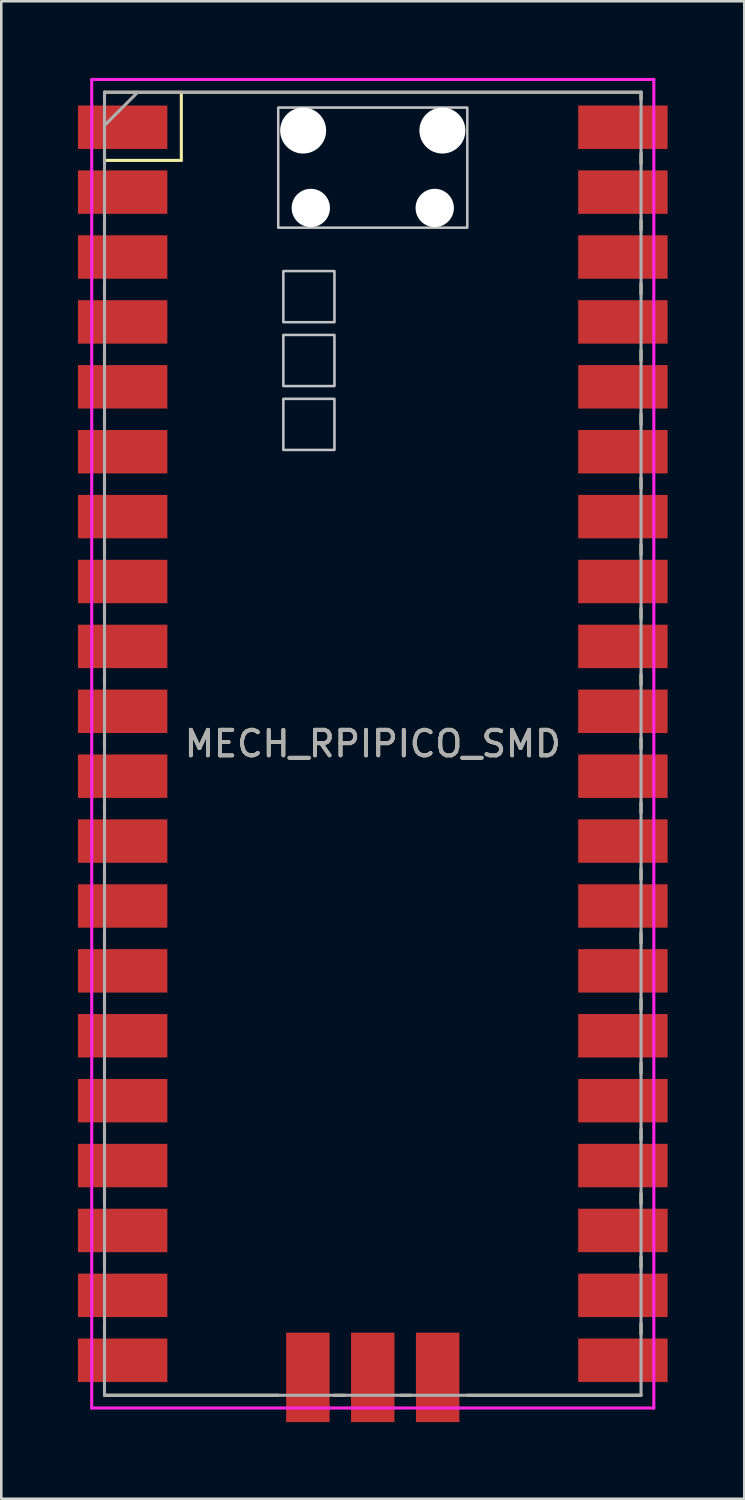
<source format=kicad_pcb>
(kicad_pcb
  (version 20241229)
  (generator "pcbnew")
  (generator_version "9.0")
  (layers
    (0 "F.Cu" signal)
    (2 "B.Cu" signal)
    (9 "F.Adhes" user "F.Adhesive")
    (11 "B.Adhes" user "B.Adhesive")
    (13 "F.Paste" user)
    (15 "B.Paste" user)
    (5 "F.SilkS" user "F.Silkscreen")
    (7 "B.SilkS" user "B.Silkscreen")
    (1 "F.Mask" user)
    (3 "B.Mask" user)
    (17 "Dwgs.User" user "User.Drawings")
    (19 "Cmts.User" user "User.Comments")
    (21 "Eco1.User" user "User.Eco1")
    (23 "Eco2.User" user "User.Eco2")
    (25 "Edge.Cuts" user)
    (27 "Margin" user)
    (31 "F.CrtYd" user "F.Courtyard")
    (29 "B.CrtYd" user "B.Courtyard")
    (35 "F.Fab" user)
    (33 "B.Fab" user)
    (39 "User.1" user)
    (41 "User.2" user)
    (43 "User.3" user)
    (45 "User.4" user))
  (footprint "MECH_RPIPICO_SMD"
    (layer "F.Cu")
    (at 11.54 26.06)
    (property "Reference" "MECH_RPIPICO_SMD" (at 0 0 0) (layer "F.SilkS") (effects (font (size 1 1) (thickness 0.15))))
    (attr through_hole)
    (fp_line (start -10.5 -25.5) (end -10.5 -25.2) (stroke (width 0.12) (type solid)) (layer "F.SilkS"))
    (fp_line (start -10.5 -25.5) (end 10.5 -25.5) (stroke (width 0.12) (type solid)) (layer "F.SilkS"))
    (fp_line (start -10.5 -23.1) (end -10.5 -22.7) (stroke (width 0.12) (type solid)) (layer "F.SilkS"))
    (fp_line (start -10.5 -22.833) (end -7.493 -22.833) (stroke (width 0.12) (type solid)) (layer "F.SilkS"))
    (fp_line (start -10.5 -20.5) (end -10.5 -20.1) (stroke (width 0.12) (type solid)) (layer "F.SilkS"))
    (fp_line (start -10.5 -18) (end -10.5 -17.6) (stroke (width 0.12) (type solid)) (layer "F.SilkS"))
    (fp_line (start -10.5 -15.4) (end -10.5 -15) (stroke (width 0.12) (type solid)) (layer "F.SilkS"))
    (fp_line (start -10.5 -12.9) (end -10.5 -12.5) (stroke (width 0.12) (type solid)) (layer "F.SilkS"))
    (fp_line (start -10.5 -10.4) (end -10.5 -10) (stroke (width 0.12) (type solid)) (layer "F.SilkS"))
    (fp_line (start -10.5 -7.8) (end -10.5 -7.4) (stroke (width 0.12) (type solid)) (layer "F.SilkS"))
    (fp_line (start -10.5 -5.3) (end -10.5 -4.9) (stroke (width 0.12) (type solid)) (layer "F.SilkS"))
    (fp_line (start -10.5 -2.7) (end -10.5 -2.3) (stroke (width 0.12) (type solid)) (layer "F.SilkS"))
    (fp_line (start -10.5 -0.2) (end -10.5 0.2) (stroke (width 0.12) (type solid)) (layer "F.SilkS"))
    (fp_line (start -10.5 2.3) (end -10.5 2.7) (stroke (width 0.12) (type solid)) (layer "F.SilkS"))
    (fp_line (start -10.5 4.9) (end -10.5 5.3) (stroke (width 0.12) (type solid)) (layer "F.SilkS"))
    (fp_line (start -10.5 7.4) (end -10.5 7.8) (stroke (width 0.12) (type solid)) (layer "F.SilkS"))
    (fp_line (start -10.5 10) (end -10.5 10.4) (stroke (width 0.12) (type solid)) (layer "F.SilkS"))
    (fp_line (start -10.5 12.5) (end -10.5 12.9) (stroke (width 0.12) (type solid)) (layer "F.SilkS"))
    (fp_line (start -10.5 15.1) (end -10.5 15.5) (stroke (width 0.12) (type solid)) (layer "F.SilkS"))
    (fp_line (start -10.5 17.6) (end -10.5 18) (stroke (width 0.12) (type solid)) (layer "F.SilkS"))
    (fp_line (start -10.5 20.1) (end -10.5 20.5) (stroke (width 0.12) (type solid)) (layer "F.SilkS"))
    (fp_line (start -10.5 22.7) (end -10.5 23.1) (stroke (width 0.12) (type solid)) (layer "F.SilkS"))
    (fp_line (start -7.493 -22.833) (end -7.493 -25.5) (stroke (width 0.12) (type solid)) (layer "F.SilkS"))
    (fp_line (start -3.7 25.5) (end -10.5 25.5) (stroke (width 0.12) (type solid)) (layer "F.SilkS"))
    (fp_line (start -1.5 25.5) (end -1.1 25.5) (stroke (width 0.12) (type solid)) (layer "F.SilkS"))
    (fp_line (start 1.1 25.5) (end 1.5 25.5) (stroke (width 0.12) (type solid)) (layer "F.SilkS"))
    (fp_line (start 10.5 -25.5) (end 10.5 -25.2) (stroke (width 0.12) (type solid)) (layer "F.SilkS"))
    (fp_line (start 10.5 -23.1) (end 10.5 -22.7) (stroke (width 0.12) (type solid)) (layer "F.SilkS"))
    (fp_line (start 10.5 -20.5) (end 10.5 -20.1) (stroke (width 0.12) (type solid)) (layer "F.SilkS"))
    (fp_line (start 10.5 -18) (end 10.5 -17.6) (stroke (width 0.12) (type solid)) (layer "F.SilkS"))
    (fp_line (start 10.5 -15.4) (end 10.5 -15) (stroke (width 0.12) (type solid)) (layer "F.SilkS"))
    (fp_line (start 10.5 -12.9) (end 10.5 -12.5) (stroke (width 0.12) (type solid)) (layer "F.SilkS"))
    (fp_line (start 10.5 -10.4) (end 10.5 -10) (stroke (width 0.12) (type solid)) (layer "F.SilkS"))
    (fp_line (start 10.5 -7.8) (end 10.5 -7.4) (stroke (width 0.12) (type solid)) (layer "F.SilkS"))
    (fp_line (start 10.5 -5.3) (end 10.5 -4.9) (stroke (width 0.12) (type solid)) (layer "F.SilkS"))
    (fp_line (start 10.5 -2.7) (end 10.5 -2.3) (stroke (width 0.12) (type solid)) (layer "F.SilkS"))
    (fp_line (start 10.5 -0.2) (end 10.5 0.2) (stroke (width 0.12) (type solid)) (layer "F.SilkS"))
    (fp_line (start 10.5 2.3) (end 10.5 2.7) (stroke (width 0.12) (type solid)) (layer "F.SilkS"))
    (fp_line (start 10.5 4.9) (end 10.5 5.3) (stroke (width 0.12) (type solid)) (layer "F.SilkS"))
    (fp_line (start 10.5 7.4) (end 10.5 7.8) (stroke (width 0.12) (type solid)) (layer "F.SilkS"))
    (fp_line (start 10.5 10) (end 10.5 10.4) (stroke (width 0.12) (type solid)) (layer "F.SilkS"))
    (fp_line (start 10.5 12.5) (end 10.5 12.9) (stroke (width 0.12) (type solid)) (layer "F.SilkS"))
    (fp_line (start 10.5 15.1) (end 10.5 15.5) (stroke (width 0.12) (type solid)) (layer "F.SilkS"))
    (fp_line (start 10.5 17.6) (end 10.5 18) (stroke (width 0.12) (type solid)) (layer "F.SilkS"))
    (fp_line (start 10.5 20.1) (end 10.5 20.5) (stroke (width 0.12) (type solid)) (layer "F.SilkS"))
    (fp_line (start 10.5 22.7) (end 10.5 23.1) (stroke (width 0.12) (type solid)) (layer "F.SilkS"))
    (fp_line (start 10.5 25.5) (end 3.7 25.5) (stroke (width 0.12) (type solid)) (layer "F.SilkS"))
    (fp_poly (pts (xy -1.5 -16.5) (xy -3.5 -16.5) (xy -3.5 -18.5) (xy -1.5 -18.5)) (stroke (width 0.1) (type solid)) (fill no) (layer "Dwgs.User"))
    (fp_poly (pts (xy -1.5 -14) (xy -3.5 -14) (xy -3.5 -16) (xy -1.5 -16)) (stroke (width 0.1) (type solid)) (fill no) (layer "Dwgs.User"))
    (fp_poly (pts (xy -1.5 -11.5) (xy -3.5 -11.5) (xy -3.5 -13.5) (xy -1.5 -13.5)) (stroke (width 0.1) (type solid)) (fill no) (layer "Dwgs.User"))
    (fp_poly (pts (xy 3.7 -20.2) (xy -3.7 -20.2) (xy -3.7 -24.9) (xy 3.7 -24.9)) (stroke (width 0.1) (type solid)) (fill no) (layer "Dwgs.User"))
    (fp_line (start -11 -26) (end 11 -26) (stroke (width 0.12) (type solid)) (layer "F.CrtYd"))
    (fp_line (start -11 26) (end -11 -26) (stroke (width 0.12) (type solid)) (layer "F.CrtYd"))
    (fp_line (start 11 -26) (end 11 26) (stroke (width 0.12) (type solid)) (layer "F.CrtYd"))
    (fp_line (start 11 26) (end -11 26) (stroke (width 0.12) (type solid)) (layer "F.CrtYd"))
    (fp_line (start -10.5 -25.5) (end 10.5 -25.5) (stroke (width 0.12) (type solid)) (layer "F.Fab"))
    (fp_line (start -10.5 -24.2) (end -9.2 -25.5) (stroke (width 0.12) (type solid)) (layer "F.Fab"))
    (fp_line (start -10.5 25.5) (end -10.5 -25.5) (stroke (width 0.12) (type solid)) (layer "F.Fab"))
    (fp_line (start 10.5 -25.5) (end 10.5 25.5) (stroke (width 0.12) (type solid)) (layer "F.Fab"))
    (fp_line (start 10.5 25.5) (end -10.5 25.5) (stroke (width 0.12) (type solid)) (layer "F.Fab"))
    (fp_text user "${REFERENCE}" (at 0 0 180) (layer "F.Fab") (effects (font (size 1 1) (thickness 0.15))))
    (pad "" np_thru_hole oval (at -2.725 -24) (size 1.8 1.8) (drill 1.8) (layers "*.Cu" "*.Mask"))
    (pad "" np_thru_hole oval (at -2.425 -20.97) (size 1.5 1.5) (drill 1.5) (layers "*.Cu" "*.Mask"))
    (pad "" np_thru_hole oval (at 2.425 -20.97) (size 1.5 1.5) (drill 1.5) (layers "*.Cu" "*.Mask"))
    (pad "" np_thru_hole oval (at 2.725 -24) (size 1.8 1.8) (drill 1.8) (layers "*.Cu" "*.Mask"))
    (pad "1" smd rect (at -8.89 -24.13) (size 3.5 1.7) (drill (offset -0.9 0)) (layers "F.Cu" "F.Mask"))
    (pad "2" smd rect (at -8.89 -21.59) (size 3.5 1.7) (drill (offset -0.9 0)) (layers "F.Cu" "F.Mask"))
    (pad "3" smd rect (at -8.89 -19.05) (size 3.5 1.7) (drill (offset -0.9 0)) (layers "F.Cu" "F.Mask"))
    (pad "4" smd rect (at -8.89 -16.51) (size 3.5 1.7) (drill (offset -0.9 0)) (layers "F.Cu" "F.Mask"))
    (pad "5" smd rect (at -8.89 -13.97) (size 3.5 1.7) (drill (offset -0.9 0)) (layers "F.Cu" "F.Mask"))
    (pad "6" smd rect (at -8.89 -11.43) (size 3.5 1.7) (drill (offset -0.9 0)) (layers "F.Cu" "F.Mask"))
    (pad "7" smd rect (at -8.89 -8.89) (size 3.5 1.7) (drill (offset -0.9 0)) (layers "F.Cu" "F.Mask"))
    (pad "8" smd rect (at -8.89 -6.35) (size 3.5 1.7) (drill (offset -0.9 0)) (layers "F.Cu" "F.Mask"))
    (pad "9" smd rect (at -8.89 -3.81) (size 3.5 1.7) (drill (offset -0.9 0)) (layers "F.Cu" "F.Mask"))
    (pad "10" smd rect (at -8.89 -1.27) (size 3.5 1.7) (drill (offset -0.9 0)) (layers "F.Cu" "F.Mask"))
    (pad "11" smd rect (at -8.89 1.27) (size 3.5 1.7) (drill (offset -0.9 0)) (layers "F.Cu" "F.Mask"))
    (pad "12" smd rect (at -8.89 3.81) (size 3.5 1.7) (drill (offset -0.9 0)) (layers "F.Cu" "F.Mask"))
    (pad "13" smd rect (at -8.89 6.35) (size 3.5 1.7) (drill (offset -0.9 0)) (layers "F.Cu" "F.Mask"))
    (pad "14" smd rect (at -8.89 8.89) (size 3.5 1.7) (drill (offset -0.9 0)) (layers "F.Cu" "F.Mask"))
    (pad "15" smd rect (at -8.89 11.43) (size 3.5 1.7) (drill (offset -0.9 0)) (layers "F.Cu" "F.Mask"))
    (pad "16" smd rect (at -8.89 13.97) (size 3.5 1.7) (drill (offset -0.9 0)) (layers "F.Cu" "F.Mask"))
    (pad "17" smd rect (at -8.89 16.51) (size 3.5 1.7) (drill (offset -0.9 0)) (layers "F.Cu" "F.Mask"))
    (pad "18" smd rect (at -8.89 19.05) (size 3.5 1.7) (drill (offset -0.9 0)) (layers "F.Cu" "F.Mask"))
    (pad "19" smd rect (at -8.89 21.59) (size 3.5 1.7) (drill (offset -0.9 0)) (layers "F.Cu" "F.Mask"))
    (pad "20" smd rect (at -8.89 24.13) (size 3.5 1.7) (drill (offset -0.9 0)) (layers "F.Cu" "F.Mask"))
    (pad "21" smd rect (at 8.89 24.13) (size 3.5 1.7) (drill (offset 0.9 0)) (layers "F.Cu" "F.Mask"))
    (pad "22" smd rect (at 8.89 21.59) (size 3.5 1.7) (drill (offset 0.9 0)) (layers "F.Cu" "F.Mask"))
    (pad "23" smd rect (at 8.89 19.05) (size 3.5 1.7) (drill (offset 0.9 0)) (layers "F.Cu" "F.Mask"))
    (pad "24" smd rect (at 8.89 16.51) (size 3.5 1.7) (drill (offset 0.9 0)) (layers "F.Cu" "F.Mask"))
    (pad "25" smd rect (at 8.89 13.97) (size 3.5 1.7) (drill (offset 0.9 0)) (layers "F.Cu" "F.Mask"))
    (pad "26" smd rect (at 8.89 11.43) (size 3.5 1.7) (drill (offset 0.9 0)) (layers "F.Cu" "F.Mask"))
    (pad "27" smd rect (at 8.89 8.89) (size 3.5 1.7) (drill (offset 0.9 0)) (layers "F.Cu" "F.Mask"))
    (pad "28" smd rect (at 8.89 6.35) (size 3.5 1.7) (drill (offset 0.9 0)) (layers "F.Cu" "F.Mask"))
    (pad "29" smd rect (at 8.89 3.81) (size 3.5 1.7) (drill (offset 0.9 0)) (layers "F.Cu" "F.Mask"))
    (pad "30" smd rect (at 8.89 1.27) (size 3.5 1.7) (drill (offset 0.9 0)) (layers "F.Cu" "F.Mask"))
    (pad "31" smd rect (at 8.89 -1.27) (size 3.5 1.7) (drill (offset 0.9 0)) (layers "F.Cu" "F.Mask"))
    (pad "32" smd rect (at 8.89 -3.81) (size 3.5 1.7) (drill (offset 0.9 0)) (layers "F.Cu" "F.Mask"))
    (pad "33" smd rect (at 8.89 -6.35) (size 3.5 1.7) (drill (offset 0.9 0)) (layers "F.Cu" "F.Mask"))
    (pad "34" smd rect (at 8.89 -8.89) (size 3.5 1.7) (drill (offset 0.9 0)) (layers "F.Cu" "F.Mask"))
    (pad "35" smd rect (at 8.89 -11.43) (size 3.5 1.7) (drill (offset 0.9 0)) (layers "F.Cu" "F.Mask"))
    (pad "36" smd rect (at 8.89 -13.97) (size 3.5 1.7) (drill (offset 0.9 0)) (layers "F.Cu" "F.Mask"))
    (pad "37" smd rect (at 8.89 -16.51) (size 3.5 1.7) (drill (offset 0.9 0)) (layers "F.Cu" "F.Mask"))
    (pad "38" smd rect (at 8.89 -19.05) (size 3.5 1.7) (drill (offset 0.9 0)) (layers "F.Cu" "F.Mask"))
    (pad "39" smd rect (at 8.89 -21.59) (size 3.5 1.7) (drill (offset 0.9 0)) (layers "F.Cu" "F.Mask"))
    (pad "40" smd rect (at 8.89 -24.13) (size 3.5 1.7) (drill (offset 0.9 0)) (layers "F.Cu" "F.Mask"))
    (pad "41" smd rect (at -2.54 23.9 90) (size 3.5 1.7) (drill (offset -0.9 0)) (layers "F.Cu" "F.Mask"))
    (pad "42" smd rect (at 0 23.9 90) (size 3.5 1.7) (drill (offset -0.9 0)) (layers "F.Cu" "F.Mask"))
    (pad "43" smd rect (at 2.54 23.9 90) (size 3.5 1.7) (drill (offset -0.9 0)) (layers "F.Cu" "F.Mask")))
  (gr_rect
    (start -3 -3)
    (end 26.08 55.61)
    (stroke (width 0.1) (type default))
    (fill no)
    (layer "Edge.Cuts")))
</source>
